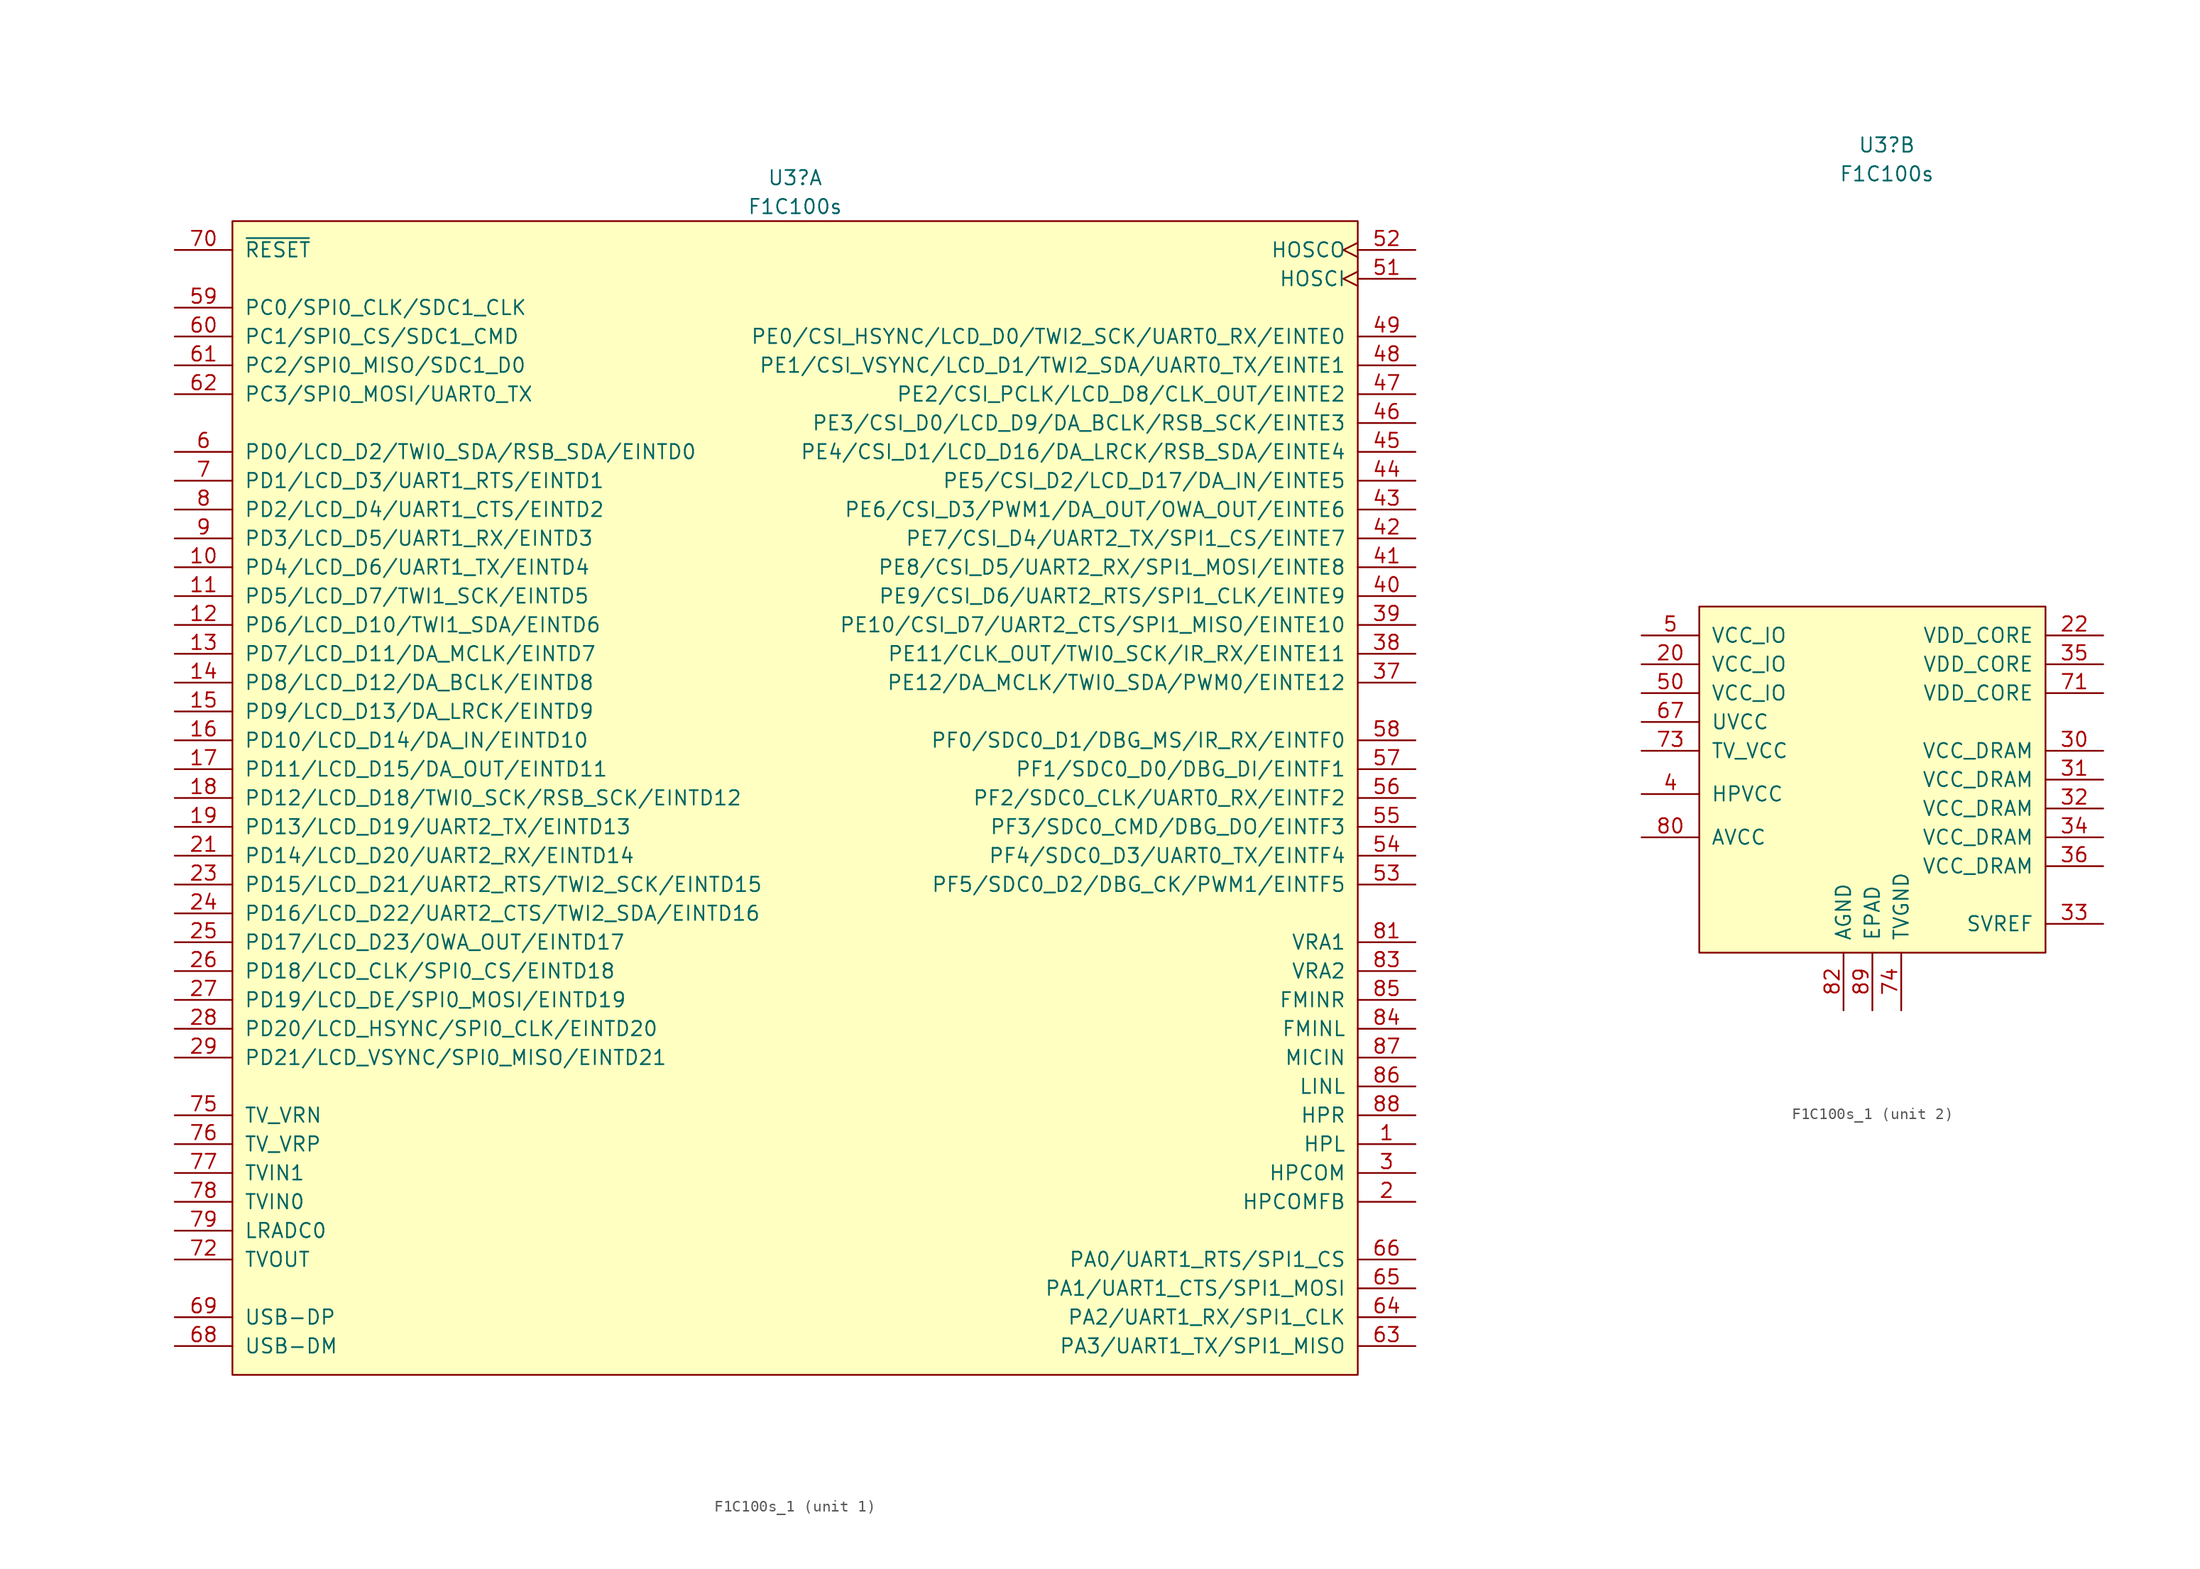
<source format=kicad_sym>
(kicad_symbol_lib
  (version 20220914)
  (generator kicad_symbol_editor)
  (symbol "F1C100s_1"
    (pin_names
      (offset 1.016))
    (property "Reference" "U3"
      (at 1.27 54.61 0)
      (effects (font (size 1.27 1.27))))
    (property "Value" "F1C100s"
      (at 1.27 52.07 0)
      (effects (font (size 1.27 1.27))))
    (property "ki_locked" ""
      (at 0 0 0)
      (effects (font (size 1.27 1.27))))
    (symbol "F1C100s_1_1_0"
      (pin output line (at 55.88 -30.48 180) (length 5.08) (name "HPL" (effects (font (size 1.27 1.27)))) (number "1" (effects (font (size 1.27 1.27)))))
      (pin bidirectional line (at -53.34 20.32 0) (length 5.08) (name "PD4/LCD_D6/UART1_TX/EINTD4" (effects (font (size 1.27 1.27)))) (number "10" (effects (font (size 1.27 1.27)))))
      (pin bidirectional line (at -53.34 17.78 0) (length 5.08) (name "PD5/LCD_D7/TWI1_SCK/EINTD5" (effects (font (size 1.27 1.27)))) (number "11" (effects (font (size 1.27 1.27)))))
      (pin bidirectional line (at -53.34 15.24 0) (length 5.08) (name "PD6/LCD_D10/TWI1_SDA/EINTD6" (effects (font (size 1.27 1.27)))) (number "12" (effects (font (size 1.27 1.27)))))
      (pin bidirectional line (at -53.34 12.7 0) (length 5.08) (name "PD7/LCD_D11/DA_MCLK/EINTD7" (effects (font (size 1.27 1.27)))) (number "13" (effects (font (size 1.27 1.27)))))
      (pin bidirectional line (at -53.34 10.16 0) (length 5.08) (name "PD8/LCD_D12/DA_BCLK/EINTD8" (effects (font (size 1.27 1.27)))) (number "14" (effects (font (size 1.27 1.27)))))
      (pin bidirectional line (at -53.34 7.62 0) (length 5.08) (name "PD9/LCD_D13/DA_LRCK/EINTD9" (effects (font (size 1.27 1.27)))) (number "15" (effects (font (size 1.27 1.27)))))
      (pin bidirectional line (at -53.34 5.08 0) (length 5.08) (name "PD10/LCD_D14/DA_IN/EINTD10" (effects (font (size 1.27 1.27)))) (number "16" (effects (font (size 1.27 1.27)))))
      (pin bidirectional line (at -53.34 2.54 0) (length 5.08) (name "PD11/LCD_D15/DA_OUT/EINTD11" (effects (font (size 1.27 1.27)))) (number "17" (effects (font (size 1.27 1.27)))))
      (pin bidirectional line (at -53.34 0 0) (length 5.08) (name "PD12/LCD_D18/TWI0_SCK/RSB_SCK/EINTD12" (effects (font (size 1.27 1.27)))) (number "18" (effects (font (size 1.27 1.27)))))
      (pin bidirectional line (at -53.34 -2.54 0) (length 5.08) (name "PD13/LCD_D19/UART2_TX/EINTD13" (effects (font (size 1.27 1.27)))) (number "19" (effects (font (size 1.27 1.27)))))
      (pin input line (at 55.88 -35.56 180) (length 5.08) (name "HPCOMFB" (effects (font (size 1.27 1.27)))) (number "2" (effects (font (size 1.27 1.27)))))
      (pin bidirectional line (at -53.34 -5.08 0) (length 5.08) (name "PD14/LCD_D20/UART2_RX/EINTD14" (effects (font (size 1.27 1.27)))) (number "21" (effects (font (size 1.27 1.27)))))
      (pin bidirectional line (at -53.34 -7.62 0) (length 5.08) (name "PD15/LCD_D21/UART2_RTS/TWI2_SCK/EINTD15" (effects (font (size 1.27 1.27)))) (number "23" (effects (font (size 1.27 1.27)))))
      (pin bidirectional line (at -53.34 -10.16 0) (length 5.08) (name "PD16/LCD_D22/UART2_CTS/TWI2_SDA/EINTD16" (effects (font (size 1.27 1.27)))) (number "24" (effects (font (size 1.27 1.27)))))
      (pin bidirectional line (at -53.34 -12.7 0) (length 5.08) (name "PD17/LCD_D23/OWA_OUT/EINTD17" (effects (font (size 1.27 1.27)))) (number "25" (effects (font (size 1.27 1.27)))))
      (pin bidirectional line (at -53.34 -15.24 0) (length 5.08) (name "PD18/LCD_CLK/SPI0_CS/EINTD18" (effects (font (size 1.27 1.27)))) (number "26" (effects (font (size 1.27 1.27)))))
      (pin bidirectional line (at -53.34 -17.78 0) (length 5.08) (name "PD19/LCD_DE/SPI0_MOSI/EINTD19" (effects (font (size 1.27 1.27)))) (number "27" (effects (font (size 1.27 1.27)))))
      (pin bidirectional line (at -53.34 -20.32 0) (length 5.08) (name "PD20/LCD_HSYNC/SPI0_CLK/EINTD20" (effects (font (size 1.27 1.27)))) (number "28" (effects (font (size 1.27 1.27)))))
      (pin bidirectional line (at -53.34 -22.86 0) (length 5.08) (name "PD21/LCD_VSYNC/SPI0_MISO/EINTD21" (effects (font (size 1.27 1.27)))) (number "29" (effects (font (size 1.27 1.27)))))
      (pin output line (at 55.88 -33.02 180) (length 5.08) (name "HPCOM" (effects (font (size 1.27 1.27)))) (number "3" (effects (font (size 1.27 1.27)))))
      (pin bidirectional line (at 55.88 10.16 180) (length 5.08) (name "PE12/DA_MCLK/TWI0_SDA/PWM0/EINTE12" (effects (font (size 1.27 1.27)))) (number "37" (effects (font (size 1.27 1.27)))))
      (pin bidirectional line (at 55.88 12.7 180) (length 5.08) (name "PE11/CLK_OUT/TWI0_SCK/IR_RX/EINTE11" (effects (font (size 1.27 1.27)))) (number "38" (effects (font (size 1.27 1.27)))))
      (pin bidirectional line (at 55.88 15.24 180) (length 5.08) (name "PE10/CSI_D7/UART2_CTS/SPI1_MISO/EINTE10" (effects (font (size 1.27 1.27)))) (number "39" (effects (font (size 1.27 1.27)))))
      (pin bidirectional line (at 55.88 17.78 180) (length 5.08) (name "PE9/CSI_D6/UART2_RTS/SPI1_CLK/EINTE9" (effects (font (size 1.27 1.27)))) (number "40" (effects (font (size 1.27 1.27)))))
      (pin bidirectional line (at 55.88 20.32 180) (length 5.08) (name "PE8/CSI_D5/UART2_RX/SPI1_MOSI/EINTE8" (effects (font (size 1.27 1.27)))) (number "41" (effects (font (size 1.27 1.27)))))
      (pin bidirectional line (at 55.88 22.86 180) (length 5.08) (name "PE7/CSI_D4/UART2_TX/SPI1_CS/EINTE7" (effects (font (size 1.27 1.27)))) (number "42" (effects (font (size 1.27 1.27)))))
      (pin bidirectional line (at 55.88 25.4 180) (length 5.08) (name "PE6/CSI_D3/PWM1/DA_OUT/OWA_OUT/EINTE6" (effects (font (size 1.27 1.27)))) (number "43" (effects (font (size 1.27 1.27)))))
      (pin bidirectional line (at 55.88 27.94 180) (length 5.08) (name "PE5/CSI_D2/LCD_D17/DA_IN/EINTE5" (effects (font (size 1.27 1.27)))) (number "44" (effects (font (size 1.27 1.27)))))
      (pin bidirectional line (at 55.88 30.48 180) (length 5.08) (name "PE4/CSI_D1/LCD_D16/DA_LRCK/RSB_SDA/EINTE4" (effects (font (size 1.27 1.27)))) (number "45" (effects (font (size 1.27 1.27)))))
      (pin bidirectional line (at 55.88 33.02 180) (length 5.08) (name "PE3/CSI_D0/LCD_D9/DA_BCLK/RSB_SCK/EINTE3" (effects (font (size 1.27 1.27)))) (number "46" (effects (font (size 1.27 1.27)))))
      (pin bidirectional line (at 55.88 35.56 180) (length 5.08) (name "PE2/CSI_PCLK/LCD_D8/CLK_OUT/EINTE2" (effects (font (size 1.27 1.27)))) (number "47" (effects (font (size 1.27 1.27)))))
      (pin bidirectional line (at 55.88 38.1 180) (length 5.08) (name "PE1/CSI_VSYNC/LCD_D1/TWI2_SDA/UART0_TX/EINTE1" (effects (font (size 1.27 1.27)))) (number "48" (effects (font (size 1.27 1.27)))))
      (pin bidirectional line (at 55.88 40.64 180) (length 5.08) (name "PE0/CSI_HSYNC/LCD_D0/TWI2_SCK/UART0_RX/EINTE0" (effects (font (size 1.27 1.27)))) (number "49" (effects (font (size 1.27 1.27)))))
      (pin input clock (at 55.88 45.72 180) (length 5.08) (name "HOSCI" (effects (font (size 1.27 1.27)))) (number "51" (effects (font (size 1.27 1.27)))))
      (pin input clock (at 55.88 48.26 180) (length 5.08) (name "HOSCO" (effects (font (size 1.27 1.27)))) (number "52" (effects (font (size 1.27 1.27)))))
      (pin bidirectional line (at 55.88 -7.62 180) (length 5.08) (name "PF5/SDC0_D2/DBG_CK/PWM1/EINTF5" (effects (font (size 1.27 1.27)))) (number "53" (effects (font (size 1.27 1.27)))))
      (pin bidirectional line (at 55.88 -5.08 180) (length 5.08) (name "PF4/SDC0_D3/UART0_TX/EINTF4" (effects (font (size 1.27 1.27)))) (number "54" (effects (font (size 1.27 1.27)))))
      (pin bidirectional line (at 55.88 -2.54 180) (length 5.08) (name "PF3/SDC0_CMD/DBG_DO/EINTF3" (effects (font (size 1.27 1.27)))) (number "55" (effects (font (size 1.27 1.27)))))
      (pin bidirectional line (at 55.88 0 180) (length 5.08) (name "PF2/SDC0_CLK/UART0_RX/EINTF2" (effects (font (size 1.27 1.27)))) (number "56" (effects (font (size 1.27 1.27)))))
      (pin bidirectional line (at 55.88 2.54 180) (length 5.08) (name "PF1/SDC0_D0/DBG_DI/EINTF1" (effects (font (size 1.27 1.27)))) (number "57" (effects (font (size 1.27 1.27)))))
      (pin bidirectional line (at 55.88 5.08 180) (length 5.08) (name "PF0/SDC0_D1/DBG_MS/IR_RX/EINTF0" (effects (font (size 1.27 1.27)))) (number "58" (effects (font (size 1.27 1.27)))))
      (pin bidirectional line (at -53.34 43.18 0) (length 5.08) (name "PC0/SPI0_CLK/SDC1_CLK" (effects (font (size 1.27 1.27)))) (number "59" (effects (font (size 1.27 1.27)))))
      (pin bidirectional line (at -53.34 30.48 0) (length 5.08) (name "PD0/LCD_D2/TWI0_SDA/RSB_SDA/EINTD0" (effects (font (size 1.27 1.27)))) (number "6" (effects (font (size 1.27 1.27)))))
      (pin bidirectional line (at -53.34 40.64 0) (length 5.08) (name "PC1/SPI0_CS/SDC1_CMD" (effects (font (size 1.27 1.27)))) (number "60" (effects (font (size 1.27 1.27)))))
      (pin bidirectional line (at -53.34 38.1 0) (length 5.08) (name "PC2/SPI0_MISO/SDC1_D0" (effects (font (size 1.27 1.27)))) (number "61" (effects (font (size 1.27 1.27)))))
      (pin bidirectional line (at -53.34 35.56 0) (length 5.08) (name "PC3/SPI0_MOSI/UART0_TX" (effects (font (size 1.27 1.27)))) (number "62" (effects (font (size 1.27 1.27)))))
      (pin input line (at 55.88 -48.26 180) (length 5.08) (name "PA3/UART1_TX/SPI1_MISO" (effects (font (size 1.27 1.27)))) (number "63" (effects (font (size 1.27 1.27)))))
      (pin input line (at 55.88 -45.72 180) (length 5.08) (name "PA2/UART1_RX/SPI1_CLK" (effects (font (size 1.27 1.27)))) (number "64" (effects (font (size 1.27 1.27)))))
      (pin input line (at 55.88 -43.18 180) (length 5.08) (name "PA1/UART1_CTS/SPI1_MOSI" (effects (font (size 1.27 1.27)))) (number "65" (effects (font (size 1.27 1.27)))))
      (pin input line (at 55.88 -40.64 180) (length 5.08) (name "PA0/UART1_RTS/SPI1_CS" (effects (font (size 1.27 1.27)))) (number "66" (effects (font (size 1.27 1.27)))))
      (pin bidirectional line (at -53.34 -48.26 0) (length 5.08) (name "USB-DM" (effects (font (size 1.27 1.27)))) (number "68" (effects (font (size 1.27 1.27)))))
      (pin bidirectional line (at -53.34 -45.72 0) (length 5.08) (name "USB-DP" (effects (font (size 1.27 1.27)))) (number "69" (effects (font (size 1.27 1.27)))))
      (pin bidirectional line (at -53.34 27.94 0) (length 5.08) (name "PD1/LCD_D3/UART1_RTS/EINTD1" (effects (font (size 1.27 1.27)))) (number "7" (effects (font (size 1.27 1.27)))))
      (pin input line (at -53.34 48.26 0) (length 5.08) (name "~{RESET}" (effects (font (size 1.27 1.27)))) (number "70" (effects (font (size 1.27 1.27)))))
      (pin output line (at -53.34 -40.64 0) (length 5.08) (name "TVOUT" (effects (font (size 1.27 1.27)))) (number "72" (effects (font (size 1.27 1.27)))))
      (pin input line (at -53.34 -27.94 0) (length 5.08) (name "TV_VRN" (effects (font (size 1.27 1.27)))) (number "75" (effects (font (size 1.27 1.27)))))
      (pin input line (at -53.34 -30.48 0) (length 5.08) (name "TV_VRP" (effects (font (size 1.27 1.27)))) (number "76" (effects (font (size 1.27 1.27)))))
      (pin input line (at -53.34 -33.02 0) (length 5.08) (name "TVIN1" (effects (font (size 1.27 1.27)))) (number "77" (effects (font (size 1.27 1.27)))))
      (pin input line (at -53.34 -35.56 0) (length 5.08) (name "TVIN0" (effects (font (size 1.27 1.27)))) (number "78" (effects (font (size 1.27 1.27)))))
      (pin input line (at -53.34 -38.1 0) (length 5.08) (name "LRADC0" (effects (font (size 1.27 1.27)))) (number "79" (effects (font (size 1.27 1.27)))))
      (pin bidirectional line (at -53.34 25.4 0) (length 5.08) (name "PD2/LCD_D4/UART1_CTS/EINTD2" (effects (font (size 1.27 1.27)))) (number "8" (effects (font (size 1.27 1.27)))))
      (pin input line (at 55.88 -20.32 180) (length 5.08) (name "FMINL" (effects (font (size 1.27 1.27)))) (number "84" (effects (font (size 1.27 1.27)))))
      (pin input line (at 55.88 -17.78 180) (length 5.08) (name "FMINR" (effects (font (size 1.27 1.27)))) (number "85" (effects (font (size 1.27 1.27)))))
      (pin input line (at 55.88 -25.4 180) (length 5.08) (name "LINL" (effects (font (size 1.27 1.27)))) (number "86" (effects (font (size 1.27 1.27)))))
      (pin input line (at 55.88 -22.86 180) (length 5.08) (name "MICIN" (effects (font (size 1.27 1.27)))) (number "87" (effects (font (size 1.27 1.27)))))
      (pin output line (at 55.88 -27.94 180) (length 5.08) (name "HPR" (effects (font (size 1.27 1.27)))) (number "88" (effects (font (size 1.27 1.27)))))
      (pin bidirectional line (at -53.34 22.86 0) (length 5.08) (name "PD3/LCD_D5/UART1_RX/EINTD3" (effects (font (size 1.27 1.27)))) (number "9" (effects (font (size 1.27 1.27))))))
    (symbol "F1C100s_1_1_1"
      (rectangle (start -48.26 50.8) (end 50.8 -50.8) (stroke (width 0) (type default)) (fill (type background)))
      (pin output line (at 55.88 -12.7 180) (length 5.08) (name "VRA1" (effects (font (size 1.27 1.27)))) (number "81" (effects (font (size 1.27 1.27)))))
      (pin output line (at 55.88 -15.24 180) (length 5.08) (name "VRA2" (effects (font (size 1.27 1.27)))) (number "83" (effects (font (size 1.27 1.27))))))
    (symbol "F1C100s_1_2_0"
      (pin power_in line (at -20.32 8.89 0) (length 5.08) (name "VCC_IO" (effects (font (size 1.27 1.27)))) (number "20" (effects (font (size 1.27 1.27)))))
      (pin power_in line (at 20.32 11.43 180) (length 5.08) (name "VDD_CORE" (effects (font (size 1.27 1.27)))) (number "22" (effects (font (size 1.27 1.27)))))
      (pin power_in line (at 20.32 1.27 180) (length 5.08) (name "VCC_DRAM" (effects (font (size 1.27 1.27)))) (number "30" (effects (font (size 1.27 1.27)))))
      (pin power_in line (at 20.32 -1.27 180) (length 5.08) (name "VCC_DRAM" (effects (font (size 1.27 1.27)))) (number "31" (effects (font (size 1.27 1.27)))))
      (pin power_in line (at 20.32 -3.81 180) (length 5.08) (name "VCC_DRAM" (effects (font (size 1.27 1.27)))) (number "32" (effects (font (size 1.27 1.27)))))
      (pin input line (at 20.32 -13.97 180) (length 5.08) (name "SVREF" (effects (font (size 1.27 1.27)))) (number "33" (effects (font (size 1.27 1.27)))))
      (pin power_in line (at 20.32 -6.35 180) (length 5.08) (name "VCC_DRAM" (effects (font (size 1.27 1.27)))) (number "34" (effects (font (size 1.27 1.27)))))
      (pin power_in line (at 20.32 8.89 180) (length 5.08) (name "VDD_CORE" (effects (font (size 1.27 1.27)))) (number "35" (effects (font (size 1.27 1.27)))))
      (pin power_in line (at 20.32 -8.89 180) (length 5.08) (name "VCC_DRAM" (effects (font (size 1.27 1.27)))) (number "36" (effects (font (size 1.27 1.27)))))
      (pin power_in line (at -20.32 -2.54 0) (length 5.08) (name "HPVCC" (effects (font (size 1.27 1.27)))) (number "4" (effects (font (size 1.27 1.27)))))
      (pin power_in line (at -20.32 11.43 0) (length 5.08) (name "VCC_IO" (effects (font (size 1.27 1.27)))) (number "5" (effects (font (size 1.27 1.27)))))
      (pin power_in line (at -20.32 6.35 0) (length 5.08) (name "VCC_IO" (effects (font (size 1.27 1.27)))) (number "50" (effects (font (size 1.27 1.27)))))
      (pin power_in line (at -20.32 3.81 0) (length 5.08) (name "UVCC" (effects (font (size 1.27 1.27)))) (number "67" (effects (font (size 1.27 1.27)))))
      (pin power_in line (at 20.32 6.35 180) (length 5.08) (name "VDD_CORE" (effects (font (size 1.27 1.27)))) (number "71" (effects (font (size 1.27 1.27)))))
      (pin power_in line (at -20.32 1.27 0) (length 5.08) (name "TV_VCC" (effects (font (size 1.27 1.27)))) (number "73" (effects (font (size 1.27 1.27)))))
      (pin power_in line (at 2.54 -21.59 90) (length 5.08) (name "TVGND" (effects (font (size 1.27 1.27)))) (number "74" (effects (font (size 1.27 1.27)))))
      (pin power_in line (at -20.32 -6.35 0) (length 5.08) (name "AVCC" (effects (font (size 1.27 1.27)))) (number "80" (effects (font (size 1.27 1.27)))))
      (pin power_in line (at -2.54 -21.59 90) (length 5.08) (name "AGND" (effects (font (size 1.27 1.27)))) (number "82" (effects (font (size 1.27 1.27)))))
      (pin power_in line (at 0 -21.59 90) (length 5.08) (name "EPAD" (effects (font (size 1.27 1.27)))) (number "89" (effects (font (size 1.27 1.27))))))
    (symbol "F1C100s_1_2_1"
      (rectangle (start -15.24 13.97) (end 15.24 -16.51) (stroke (width 0) (type default)) (fill (type background))))))
</source>
